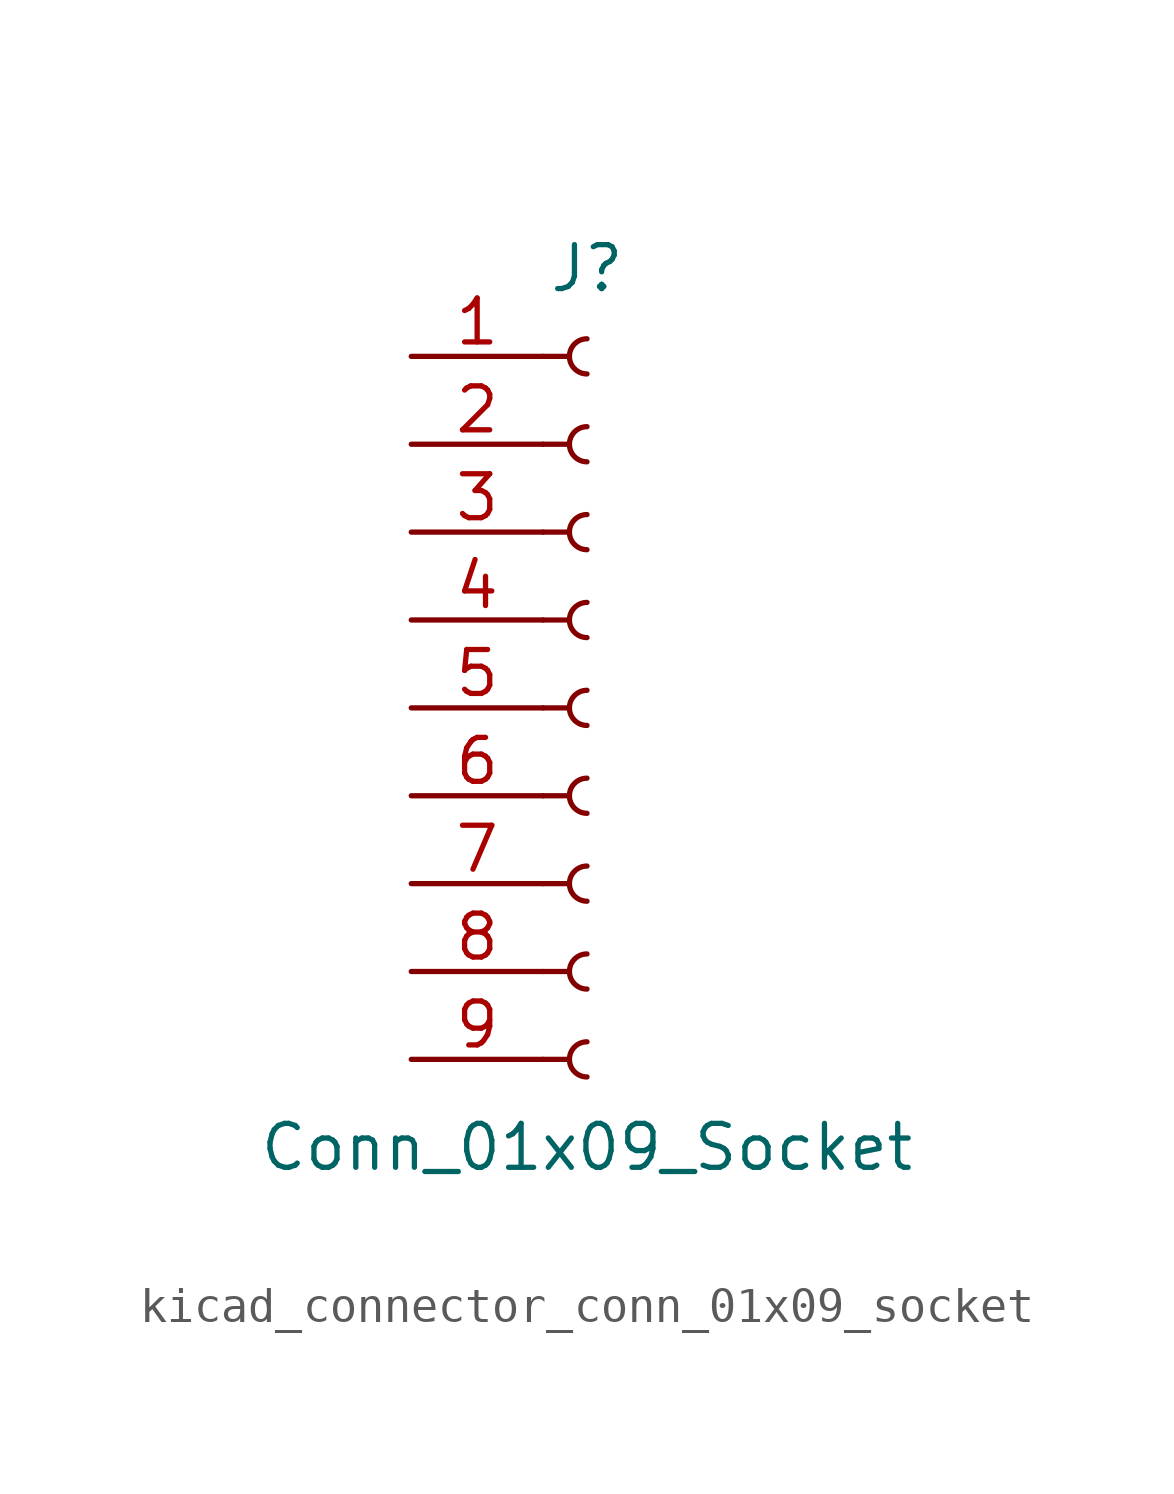
<source format=kicad_sym>
(kicad_symbol_lib
  (version 20220914)
  (generator kicad_symbol_editor)
  (symbol "kicad_connector_conn_01x09_socket"
    (pin_names
      (offset 1.016) hide)
    (property "Reference" "J"
      (at 0 12.7 0)
      (effects (font (size 1.27 1.27))))
    (property "Value" "Conn_01x09_Socket"
      (at 0 -12.7 0)
      (effects (font (size 1.27 1.27))))
    (property "ki_locked" ""
      (at 0 0 0)
      (effects (font (size 1.27 1.27))))
    (symbol "kicad_connector_conn_01x09_socket_1_1"
      (arc (start 0 -9.652) (mid -0.5058 -10.16) (end 0 -10.668) (stroke (width 0.1524) (type default)) (fill (type none)))
      (arc (start 0 -7.112) (mid -0.5058 -7.62) (end 0 -8.128) (stroke (width 0.1524) (type default)) (fill (type none)))
      (arc (start 0 -4.572) (mid -0.5058 -5.08) (end 0 -5.588) (stroke (width 0.1524) (type default)) (fill (type none)))
      (arc (start 0 -2.032) (mid -0.5058 -2.54) (end 0 -3.048) (stroke (width 0.1524) (type default)) (fill (type none)))
      (polyline (pts (xy -1.27 -10.16) (xy -0.508 -10.16)) (stroke (width 0.152) (type default)) (fill (type none)))
      (polyline (pts (xy -1.27 -7.62) (xy -0.508 -7.62)) (stroke (width 0.152) (type default)) (fill (type none)))
      (polyline (pts (xy -1.27 -5.08) (xy -0.508 -5.08)) (stroke (width 0.152) (type default)) (fill (type none)))
      (polyline (pts (xy -1.27 -2.54) (xy -0.508 -2.54)) (stroke (width 0.152) (type default)) (fill (type none)))
      (polyline (pts (xy -1.27 0) (xy -0.508 0)) (stroke (width 0.152) (type default)) (fill (type none)))
      (polyline (pts (xy -1.27 2.54) (xy -0.508 2.54)) (stroke (width 0.152) (type default)) (fill (type none)))
      (polyline (pts (xy -1.27 5.08) (xy -0.508 5.08)) (stroke (width 0.152) (type default)) (fill (type none)))
      (polyline (pts (xy -1.27 7.62) (xy -0.508 7.62)) (stroke (width 0.152) (type default)) (fill (type none)))
      (polyline (pts (xy -1.27 10.16) (xy -0.508 10.16)) (stroke (width 0.152) (type default)) (fill (type none)))
      (arc (start 0 0.508) (mid -0.5058 0) (end 0 -0.508) (stroke (width 0.1524) (type default)) (fill (type none)))
      (arc (start 0 3.048) (mid -0.5058 2.54) (end 0 2.032) (stroke (width 0.1524) (type default)) (fill (type none)))
      (arc (start 0 5.588) (mid -0.5058 5.08) (end 0 4.572) (stroke (width 0.1524) (type default)) (fill (type none)))
      (arc (start 0 8.128) (mid -0.5058 7.62) (end 0 7.112) (stroke (width 0.1524) (type default)) (fill (type none)))
      (arc (start 0 10.668) (mid -0.5058 10.16) (end 0 9.652) (stroke (width 0.1524) (type default)) (fill (type none)))
      (pin passive line (at -5.08 10.16 0) (length 3.81) (name "Pin_1" (effects (font (size 1.27 1.27)))) (number "1" (effects (font (size 1.27 1.27)))))
      (pin passive line (at -5.08 7.62 0) (length 3.81) (name "Pin_2" (effects (font (size 1.27 1.27)))) (number "2" (effects (font (size 1.27 1.27)))))
      (pin passive line (at -5.08 5.08 0) (length 3.81) (name "Pin_3" (effects (font (size 1.27 1.27)))) (number "3" (effects (font (size 1.27 1.27)))))
      (pin passive line (at -5.08 2.54 0) (length 3.81) (name "Pin_4" (effects (font (size 1.27 1.27)))) (number "4" (effects (font (size 1.27 1.27)))))
      (pin passive line (at -5.08 0 0) (length 3.81) (name "Pin_5" (effects (font (size 1.27 1.27)))) (number "5" (effects (font (size 1.27 1.27)))))
      (pin passive line (at -5.08 -2.54 0) (length 3.81) (name "Pin_6" (effects (font (size 1.27 1.27)))) (number "6" (effects (font (size 1.27 1.27)))))
      (pin passive line (at -5.08 -5.08 0) (length 3.81) (name "Pin_7" (effects (font (size 1.27 1.27)))) (number "7" (effects (font (size 1.27 1.27)))))
      (pin passive line (at -5.08 -7.62 0) (length 3.81) (name "Pin_8" (effects (font (size 1.27 1.27)))) (number "8" (effects (font (size 1.27 1.27)))))
      (pin passive line (at -5.08 -10.16 0) (length 3.81) (name "Pin_9" (effects (font (size 1.27 1.27)))) (number "9" (effects (font (size 1.27 1.27))))))))
</source>
